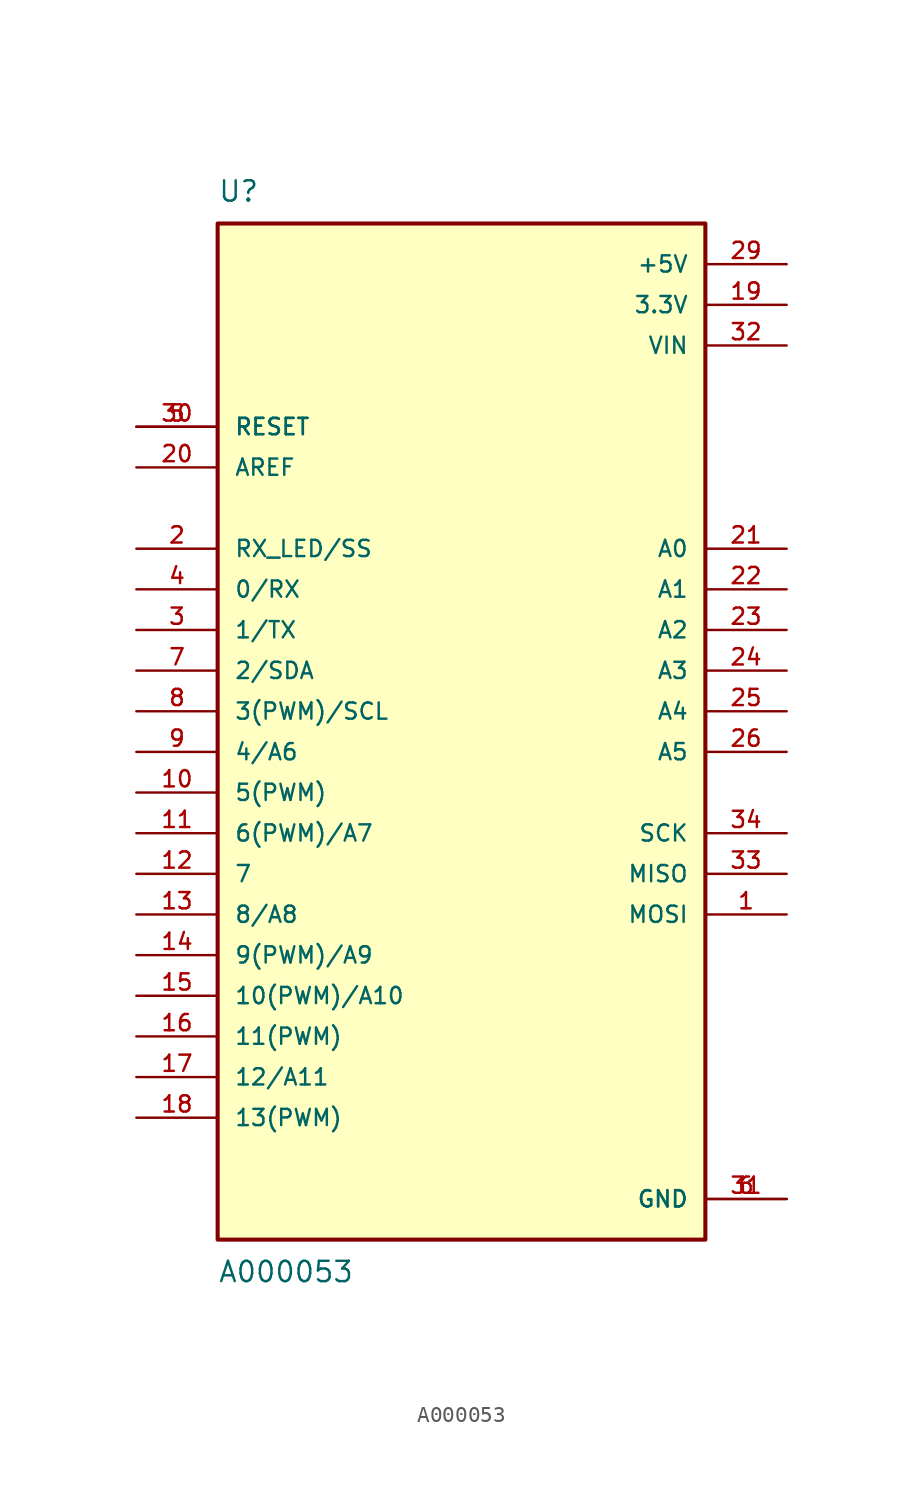
<source format=kicad_sym>
(kicad_symbol_lib
  (version 20241209)
  (generator "kicad_symbol_editor")
  (generator_version "9.0")
  (symbol "A000053"
    (pin_names
      (offset 1.016))
    (property "Reference" "U"
      (at -15.24 31.75 0)
      (effects (font (size 1.27 1.27)) (justify left bottom)))
    (property "Value" "A000053"
      (at -15.24 -34.29 0)
      (effects (font (size 1.27 1.27)) (justify left top)))
    (symbol "A000053_0_0"
      (rectangle (start -15.24 -33.02) (end 15.24 30.48) (stroke (width 0.254) (type default)) (fill (type background)))
      (pin input line (at -20.32 17.78 0) (length 5.08) (name "RESET" (effects (font (size 1.016 1.016)))) (number "30" (effects (font (size 1.016 1.016)))))
      (pin input line (at -20.32 17.78 0) (length 5.08) (name "RESET" (effects (font (size 1.016 1.016)))) (number "5" (effects (font (size 1.016 1.016)))))
      (pin input line (at -20.32 15.24 0) (length 5.08) (name "AREF" (effects (font (size 1.016 1.016)))) (number "20" (effects (font (size 1.016 1.016)))))
      (pin bidirectional line (at -20.32 10.16 0) (length 5.08) (name "RX_LED/SS" (effects (font (size 1.016 1.016)))) (number "2" (effects (font (size 1.016 1.016)))))
      (pin bidirectional line (at -20.32 7.62 0) (length 5.08) (name "0/RX" (effects (font (size 1.016 1.016)))) (number "4" (effects (font (size 1.016 1.016)))))
      (pin bidirectional line (at -20.32 5.08 0) (length 5.08) (name "1/TX" (effects (font (size 1.016 1.016)))) (number "3" (effects (font (size 1.016 1.016)))))
      (pin bidirectional line (at -20.32 2.54 0) (length 5.08) (name "2/SDA" (effects (font (size 1.016 1.016)))) (number "7" (effects (font (size 1.016 1.016)))))
      (pin bidirectional line (at -20.32 0 0) (length 5.08) (name "3(PWM)/SCL" (effects (font (size 1.016 1.016)))) (number "8" (effects (font (size 1.016 1.016)))))
      (pin bidirectional line (at -20.32 -2.54 0) (length 5.08) (name "4/A6" (effects (font (size 1.016 1.016)))) (number "9" (effects (font (size 1.016 1.016)))))
      (pin bidirectional line (at -20.32 -5.08 0) (length 5.08) (name "5(PWM)" (effects (font (size 1.016 1.016)))) (number "10" (effects (font (size 1.016 1.016)))))
      (pin bidirectional line (at -20.32 -7.62 0) (length 5.08) (name "6(PWM)/A7" (effects (font (size 1.016 1.016)))) (number "11" (effects (font (size 1.016 1.016)))))
      (pin bidirectional line (at -20.32 -10.16 0) (length 5.08) (name "7" (effects (font (size 1.016 1.016)))) (number "12" (effects (font (size 1.016 1.016)))))
      (pin bidirectional line (at -20.32 -12.7 0) (length 5.08) (name "8/A8" (effects (font (size 1.016 1.016)))) (number "13" (effects (font (size 1.016 1.016)))))
      (pin bidirectional line (at -20.32 -15.24 0) (length 5.08) (name "9(PWM)/A9" (effects (font (size 1.016 1.016)))) (number "14" (effects (font (size 1.016 1.016)))))
      (pin bidirectional line (at -20.32 -17.78 0) (length 5.08) (name "10(PWM)/A10" (effects (font (size 1.016 1.016)))) (number "15" (effects (font (size 1.016 1.016)))))
      (pin bidirectional line (at -20.32 -20.32 0) (length 5.08) (name "11(PWM)" (effects (font (size 1.016 1.016)))) (number "16" (effects (font (size 1.016 1.016)))))
      (pin bidirectional line (at -20.32 -22.86 0) (length 5.08) (name "12/A11" (effects (font (size 1.016 1.016)))) (number "17" (effects (font (size 1.016 1.016)))))
      (pin bidirectional line (at -20.32 -25.4 0) (length 5.08) (name "13(PWM)" (effects (font (size 1.016 1.016)))) (number "18" (effects (font (size 1.016 1.016)))))
      (pin power_in line (at 20.32 27.94 180) (length 5.08) (name "+5V" (effects (font (size 1.016 1.016)))) (number "29" (effects (font (size 1.016 1.016)))))
      (pin power_in line (at 20.32 25.4 180) (length 5.08) (name "3.3V" (effects (font (size 1.016 1.016)))) (number "19" (effects (font (size 1.016 1.016)))))
      (pin power_in line (at 20.32 22.86 180) (length 5.08) (name "VIN" (effects (font (size 1.016 1.016)))) (number "32" (effects (font (size 1.016 1.016)))))
      (pin bidirectional line (at 20.32 10.16 180) (length 5.08) (name "A0" (effects (font (size 1.016 1.016)))) (number "21" (effects (font (size 1.016 1.016)))))
      (pin bidirectional line (at 20.32 7.62 180) (length 5.08) (name "A1" (effects (font (size 1.016 1.016)))) (number "22" (effects (font (size 1.016 1.016)))))
      (pin bidirectional line (at 20.32 5.08 180) (length 5.08) (name "A2" (effects (font (size 1.016 1.016)))) (number "23" (effects (font (size 1.016 1.016)))))
      (pin bidirectional line (at 20.32 2.54 180) (length 5.08) (name "A3" (effects (font (size 1.016 1.016)))) (number "24" (effects (font (size 1.016 1.016)))))
      (pin bidirectional line (at 20.32 0 180) (length 5.08) (name "A4" (effects (font (size 1.016 1.016)))) (number "25" (effects (font (size 1.016 1.016)))))
      (pin bidirectional line (at 20.32 -2.54 180) (length 5.08) (name "A5" (effects (font (size 1.016 1.016)))) (number "26" (effects (font (size 1.016 1.016)))))
      (pin bidirectional line (at 20.32 -7.62 180) (length 5.08) (name "SCK" (effects (font (size 1.016 1.016)))) (number "34" (effects (font (size 1.016 1.016)))))
      (pin bidirectional line (at 20.32 -10.16 180) (length 5.08) (name "MISO" (effects (font (size 1.016 1.016)))) (number "33" (effects (font (size 1.016 1.016)))))
      (pin bidirectional line (at 20.32 -12.7 180) (length 5.08) (name "MOSI" (effects (font (size 1.016 1.016)))) (number "1" (effects (font (size 1.016 1.016)))))
      (pin power_in line (at 20.32 -30.48 180) (length 5.08) (name "GND" (effects (font (size 1.016 1.016)))) (number "31" (effects (font (size 1.016 1.016)))))
      (pin power_in line (at 20.32 -30.48 180) (length 5.08) (name "GND" (effects (font (size 1.016 1.016)))) (number "6" (effects (font (size 1.016 1.016))))))))
</source>
